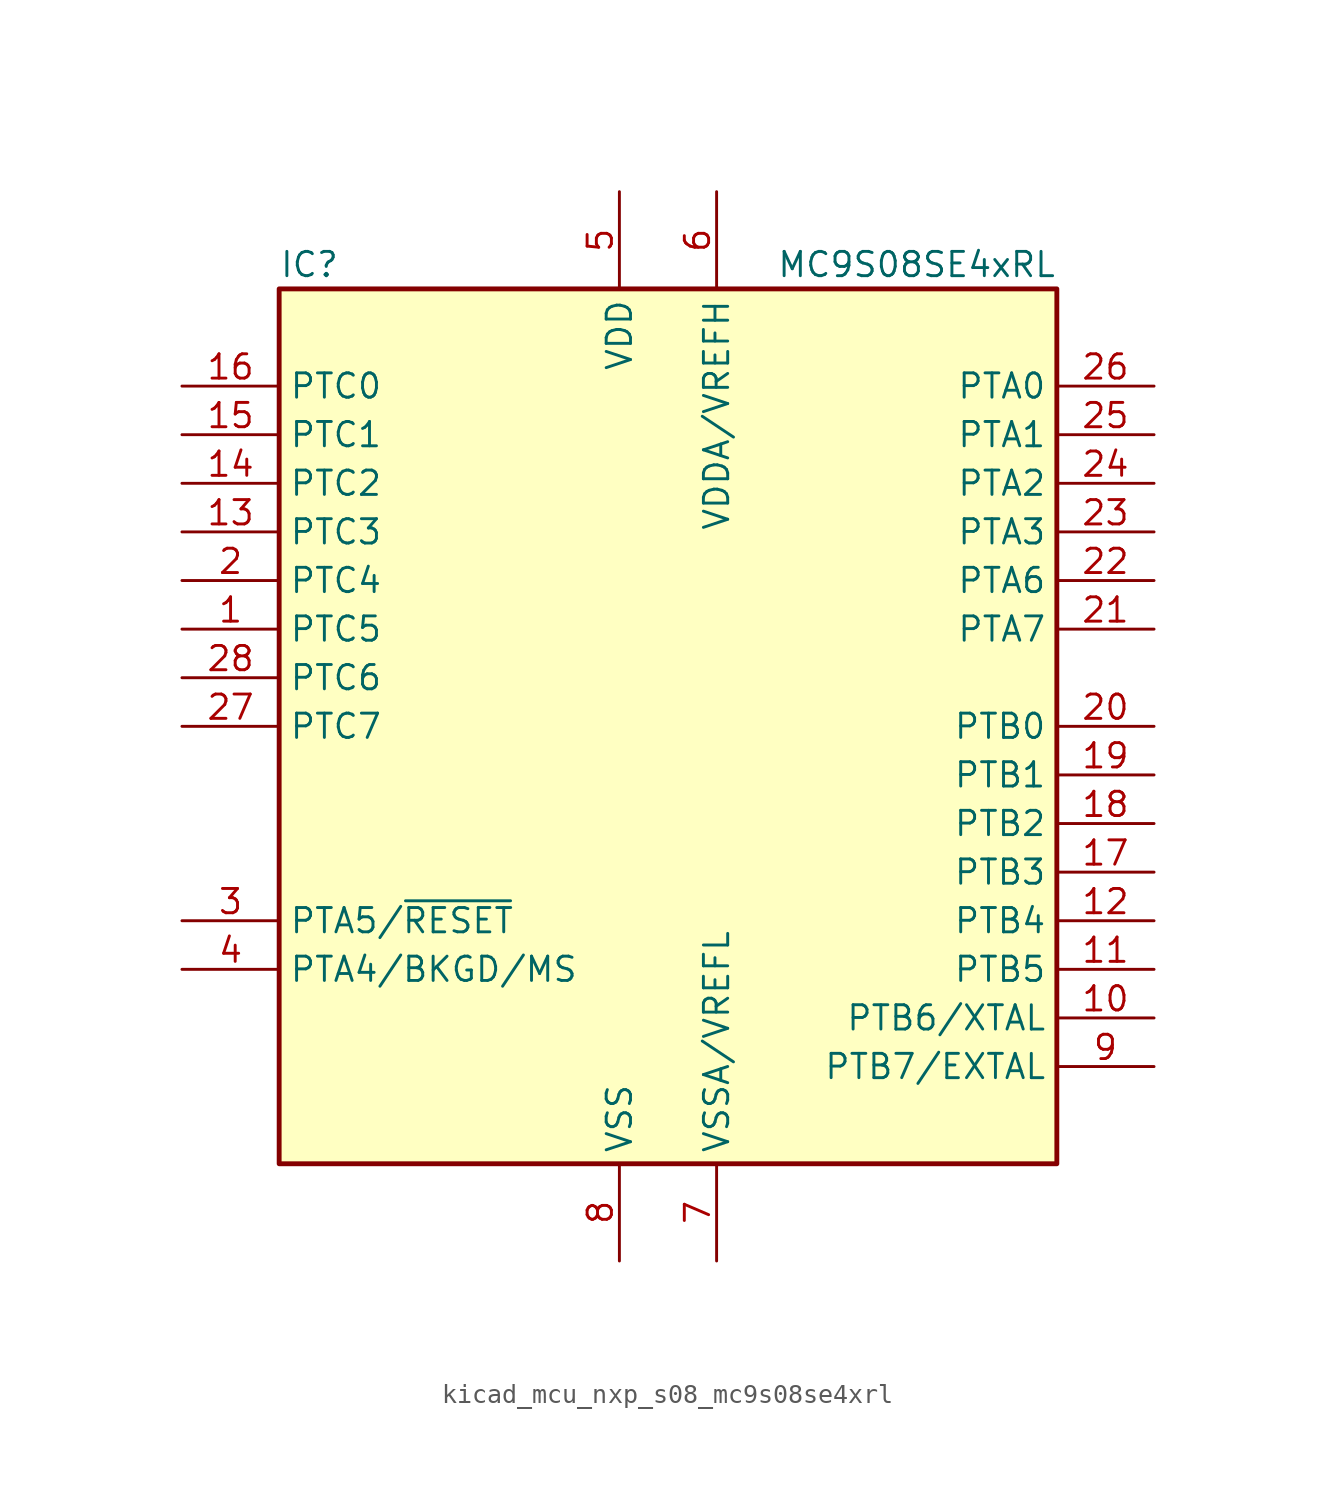
<source format=kicad_sym>
(kicad_symbol_lib
  (version 20220914)
  (generator kicad_symbol_editor)
  (symbol "kicad_mcu_nxp_s08_mc9s08se4xrl"
    (property "Reference" "IC"
      (at -20.32 24.13 0)
      (effects (font (size 1.27 1.27)) (justify left)))
    (property "Value" "MC9S08SE4xRL"
      (at 20.32 24.13 0)
      (effects (font (size 1.27 1.27)) (justify right)))
    (symbol "kicad_mcu_nxp_s08_mc9s08se4xrl_0_1"
      (rectangle (start -20.32 22.86) (end 20.32 -22.86) (stroke (width 0.254) (type default)) (fill (type background))))
    (symbol "kicad_mcu_nxp_s08_mc9s08se4xrl_1_1"
      (pin bidirectional line (at -25.4 5.08 0) (length 5.08) (name "PTC5" (effects (font (size 1.27 1.27)))) (number "1" (effects (font (size 1.27 1.27)))))
      (pin bidirectional line (at 25.4 -15.24 180) (length 5.08) (name "PTB6/XTAL" (effects (font (size 1.27 1.27)))) (number "10" (effects (font (size 1.27 1.27)))))
      (pin bidirectional line (at 25.4 -12.7 180) (length 5.08) (name "PTB5" (effects (font (size 1.27 1.27)))) (number "11" (effects (font (size 1.27 1.27)))))
      (pin bidirectional line (at 25.4 -10.16 180) (length 5.08) (name "PTB4" (effects (font (size 1.27 1.27)))) (number "12" (effects (font (size 1.27 1.27)))))
      (pin bidirectional line (at -25.4 10.16 0) (length 5.08) (name "PTC3" (effects (font (size 1.27 1.27)))) (number "13" (effects (font (size 1.27 1.27)))))
      (pin bidirectional line (at -25.4 12.7 0) (length 5.08) (name "PTC2" (effects (font (size 1.27 1.27)))) (number "14" (effects (font (size 1.27 1.27)))))
      (pin bidirectional line (at -25.4 15.24 0) (length 5.08) (name "PTC1" (effects (font (size 1.27 1.27)))) (number "15" (effects (font (size 1.27 1.27)))))
      (pin bidirectional line (at -25.4 17.78 0) (length 5.08) (name "PTC0" (effects (font (size 1.27 1.27)))) (number "16" (effects (font (size 1.27 1.27)))))
      (pin bidirectional line (at 25.4 -7.62 180) (length 5.08) (name "PTB3" (effects (font (size 1.27 1.27)))) (number "17" (effects (font (size 1.27 1.27)))))
      (pin bidirectional line (at 25.4 -5.08 180) (length 5.08) (name "PTB2" (effects (font (size 1.27 1.27)))) (number "18" (effects (font (size 1.27 1.27)))))
      (pin bidirectional line (at 25.4 -2.54 180) (length 5.08) (name "PTB1" (effects (font (size 1.27 1.27)))) (number "19" (effects (font (size 1.27 1.27)))))
      (pin bidirectional line (at -25.4 7.62 0) (length 5.08) (name "PTC4" (effects (font (size 1.27 1.27)))) (number "2" (effects (font (size 1.27 1.27)))))
      (pin bidirectional line (at 25.4 0 180) (length 5.08) (name "PTB0" (effects (font (size 1.27 1.27)))) (number "20" (effects (font (size 1.27 1.27)))))
      (pin bidirectional line (at 25.4 5.08 180) (length 5.08) (name "PTA7" (effects (font (size 1.27 1.27)))) (number "21" (effects (font (size 1.27 1.27)))))
      (pin bidirectional line (at 25.4 7.62 180) (length 5.08) (name "PTA6" (effects (font (size 1.27 1.27)))) (number "22" (effects (font (size 1.27 1.27)))))
      (pin bidirectional line (at 25.4 10.16 180) (length 5.08) (name "PTA3" (effects (font (size 1.27 1.27)))) (number "23" (effects (font (size 1.27 1.27)))))
      (pin bidirectional line (at 25.4 12.7 180) (length 5.08) (name "PTA2" (effects (font (size 1.27 1.27)))) (number "24" (effects (font (size 1.27 1.27)))))
      (pin bidirectional line (at 25.4 15.24 180) (length 5.08) (name "PTA1" (effects (font (size 1.27 1.27)))) (number "25" (effects (font (size 1.27 1.27)))))
      (pin bidirectional line (at 25.4 17.78 180) (length 5.08) (name "PTA0" (effects (font (size 1.27 1.27)))) (number "26" (effects (font (size 1.27 1.27)))))
      (pin bidirectional line (at -25.4 0 0) (length 5.08) (name "PTC7" (effects (font (size 1.27 1.27)))) (number "27" (effects (font (size 1.27 1.27)))))
      (pin bidirectional line (at -25.4 2.54 0) (length 5.08) (name "PTC6" (effects (font (size 1.27 1.27)))) (number "28" (effects (font (size 1.27 1.27)))))
      (pin bidirectional line (at -25.4 -10.16 0) (length 5.08) (name "PTA5/~{RESET}" (effects (font (size 1.27 1.27)))) (number "3" (effects (font (size 1.27 1.27)))))
      (pin bidirectional line (at -25.4 -12.7 0) (length 5.08) (name "PTA4/BKGD/MS" (effects (font (size 1.27 1.27)))) (number "4" (effects (font (size 1.27 1.27)))))
      (pin power_in line (at -2.54 27.94 270) (length 5.08) (name "VDD" (effects (font (size 1.27 1.27)))) (number "5" (effects (font (size 1.27 1.27)))))
      (pin power_in line (at 2.54 27.94 270) (length 5.08) (name "VDDA/VREFH" (effects (font (size 1.27 1.27)))) (number "6" (effects (font (size 1.27 1.27)))))
      (pin power_in line (at 2.54 -27.94 90) (length 5.08) (name "VSSA/VREFL" (effects (font (size 1.27 1.27)))) (number "7" (effects (font (size 1.27 1.27)))))
      (pin power_in line (at -2.54 -27.94 90) (length 5.08) (name "VSS" (effects (font (size 1.27 1.27)))) (number "8" (effects (font (size 1.27 1.27)))))
      (pin bidirectional line (at 25.4 -17.78 180) (length 5.08) (name "PTB7/EXTAL" (effects (font (size 1.27 1.27)))) (number "9" (effects (font (size 1.27 1.27))))))))
</source>
